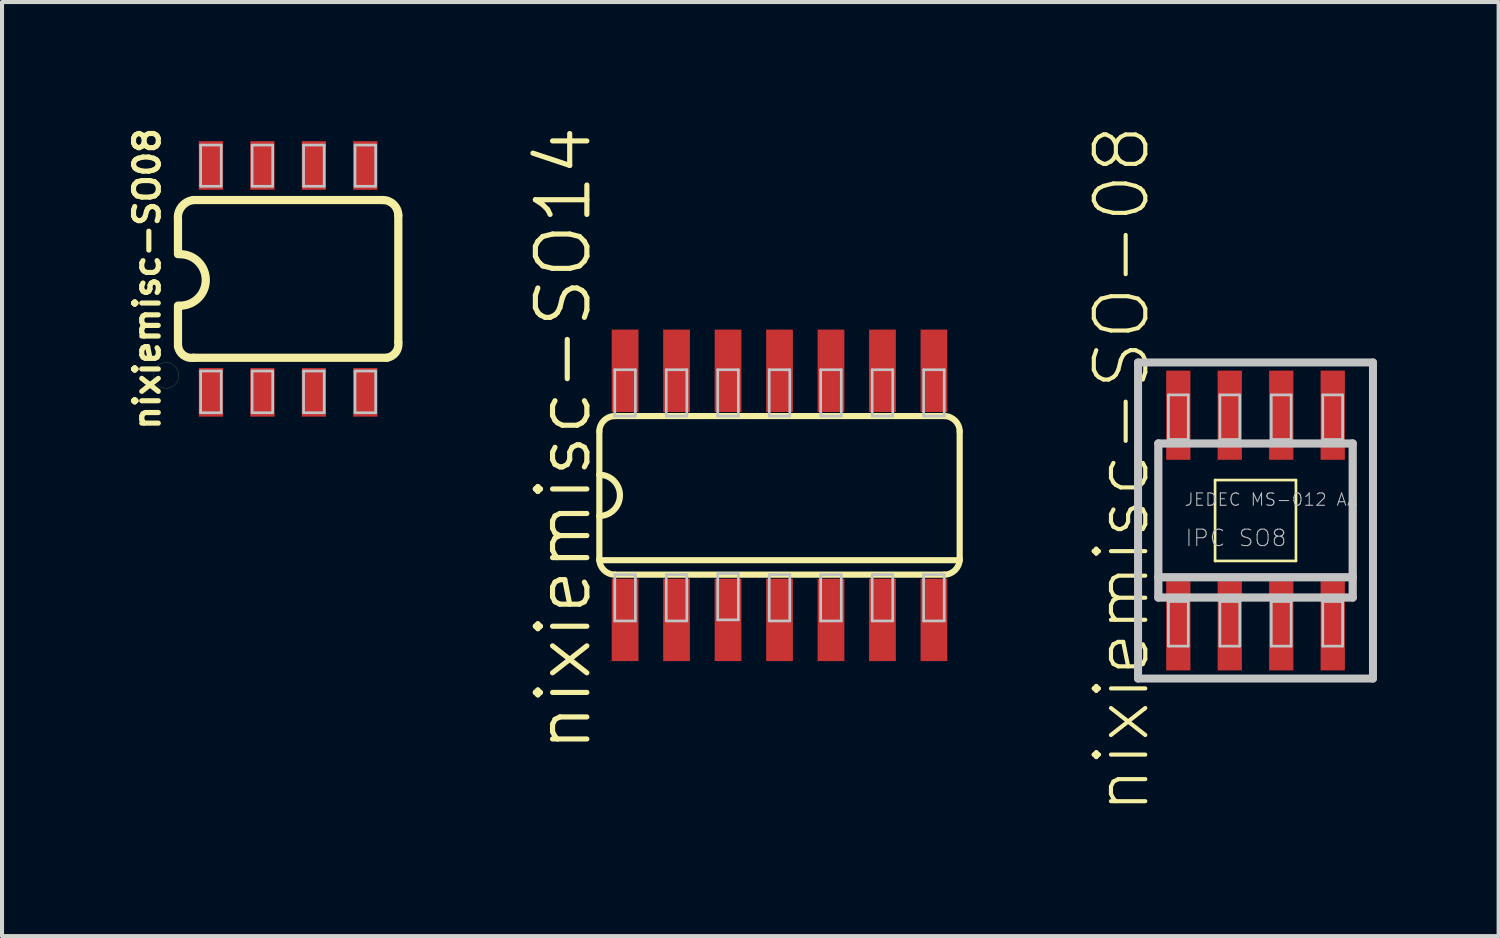
<source format=kicad_pcb>
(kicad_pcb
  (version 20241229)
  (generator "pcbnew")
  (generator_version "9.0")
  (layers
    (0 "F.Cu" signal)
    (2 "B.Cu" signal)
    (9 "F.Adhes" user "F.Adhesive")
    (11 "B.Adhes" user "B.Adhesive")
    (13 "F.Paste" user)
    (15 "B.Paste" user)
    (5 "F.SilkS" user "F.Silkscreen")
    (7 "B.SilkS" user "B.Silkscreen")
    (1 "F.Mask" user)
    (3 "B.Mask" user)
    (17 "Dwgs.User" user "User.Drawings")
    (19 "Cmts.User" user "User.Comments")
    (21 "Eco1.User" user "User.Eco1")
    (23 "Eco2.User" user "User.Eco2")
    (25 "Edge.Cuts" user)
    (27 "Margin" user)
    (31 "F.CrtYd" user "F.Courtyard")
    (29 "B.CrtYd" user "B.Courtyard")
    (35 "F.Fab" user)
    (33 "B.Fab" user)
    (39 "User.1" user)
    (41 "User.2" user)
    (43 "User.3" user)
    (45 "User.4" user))
  (footprint "nixiemisc-SO14"
    (layer "F.Cu")
    (at 16.182 9.171)
    (property "Reference" "nixiemisc-SO14" (at -5.334 -1.397 90) (unlocked yes) (layer "F.SilkS") (effects (font (size 1.27 1.27) (thickness 0.127))))
    (attr smd)
    (fp_line (start -4.445 -1.575) (end -4.445 -0.508) (stroke (width 0.152) (type solid)) (layer "F.SilkS"))
    (fp_line (start -4.445 -0.508) (end -4.445 0.508) (stroke (width 0.152) (type solid)) (layer "F.SilkS"))
    (fp_line (start -4.445 0.508) (end -4.445 1.575) (stroke (width 0.152) (type solid)) (layer "F.SilkS"))
    (fp_line (start -4.445 1.6) (end 4.445 1.6) (stroke (width 0.152) (type solid)) (layer "F.SilkS"))
    (fp_line (start -4.064 1.956) (end 4.064 1.956) (stroke (width 0.152) (type solid)) (layer "F.SilkS"))
    (fp_line (start 4.064 -1.956) (end -4.064 -1.956) (stroke (width 0.152) (type solid)) (layer "F.SilkS"))
    (fp_line (start 4.445 1.575) (end 4.445 -1.575) (stroke (width 0.152) (type solid)) (layer "F.SilkS"))
    (fp_arc (start -4.445 -1.5748) (mid -4.333408 -1.844208) (end -4.064 -1.9558) (stroke (width 0.1524) (type solid)) (layer "F.SilkS"))
    (fp_arc (start -4.445 -0.508) (mid -3.937 0) (end -4.445 0.508) (stroke (width 0.1524) (type solid)) (layer "F.SilkS"))
    (fp_arc (start -4.064 1.9558) (mid -4.333408 1.844208) (end -4.445 1.5748) (stroke (width 0.1524) (type solid)) (layer "F.SilkS"))
    (fp_arc (start 4.064 -1.9558) (mid 4.333408 -1.844208) (end 4.445 -1.5748) (stroke (width 0.1524) (type solid)) (layer "F.SilkS"))
    (fp_arc (start 4.445 1.5748) (mid 4.333408 1.844208) (end 4.064 1.9558) (stroke (width 0.1524) (type solid)) (layer "F.SilkS"))
    (fp_line (start -4.064 -3.099) (end -3.556 -3.099) (stroke (width 0.066) (type solid)) (layer "Dwgs.User"))
    (fp_line (start -4.064 -1.956) (end -4.064 -3.099) (stroke (width 0.066) (type solid)) (layer "Dwgs.User"))
    (fp_line (start -4.064 -1.956) (end -3.556 -1.956) (stroke (width 0.066) (type solid)) (layer "Dwgs.User"))
    (fp_line (start -4.064 1.956) (end -3.556 1.956) (stroke (width 0.066) (type solid)) (layer "Dwgs.User"))
    (fp_line (start -4.064 3.099) (end -4.064 1.956) (stroke (width 0.066) (type solid)) (layer "Dwgs.User"))
    (fp_line (start -4.064 3.099) (end -3.556 3.099) (stroke (width 0.066) (type solid)) (layer "Dwgs.User"))
    (fp_line (start -3.556 -1.956) (end -3.556 -3.099) (stroke (width 0.066) (type solid)) (layer "Dwgs.User"))
    (fp_line (start -3.556 3.099) (end -3.556 1.956) (stroke (width 0.066) (type solid)) (layer "Dwgs.User"))
    (fp_line (start -2.794 -3.099) (end -2.286 -3.099) (stroke (width 0.066) (type solid)) (layer "Dwgs.User"))
    (fp_line (start -2.794 -1.956) (end -2.794 -3.099) (stroke (width 0.066) (type solid)) (layer "Dwgs.User"))
    (fp_line (start -2.794 -1.956) (end -2.286 -1.956) (stroke (width 0.066) (type solid)) (layer "Dwgs.User"))
    (fp_line (start -2.794 1.956) (end -2.286 1.956) (stroke (width 0.066) (type solid)) (layer "Dwgs.User"))
    (fp_line (start -2.794 3.099) (end -2.794 1.956) (stroke (width 0.066) (type solid)) (layer "Dwgs.User"))
    (fp_line (start -2.794 3.099) (end -2.286 3.099) (stroke (width 0.066) (type solid)) (layer "Dwgs.User"))
    (fp_line (start -2.286 -1.956) (end -2.286 -3.099) (stroke (width 0.066) (type solid)) (layer "Dwgs.User"))
    (fp_line (start -2.286 3.099) (end -2.286 1.956) (stroke (width 0.066) (type solid)) (layer "Dwgs.User"))
    (fp_line (start -1.524 -3.099) (end -1.016 -3.099) (stroke (width 0.066) (type solid)) (layer "Dwgs.User"))
    (fp_line (start -1.524 -1.956) (end -1.524 -3.099) (stroke (width 0.066) (type solid)) (layer "Dwgs.User"))
    (fp_line (start -1.524 -1.956) (end -1.016 -1.956) (stroke (width 0.066) (type solid)) (layer "Dwgs.User"))
    (fp_line (start -1.524 1.93) (end -1.016 1.93) (stroke (width 0.066) (type solid)) (layer "Dwgs.User"))
    (fp_line (start -1.524 3.073) (end -1.524 1.93) (stroke (width 0.066) (type solid)) (layer "Dwgs.User"))
    (fp_line (start -1.524 3.073) (end -1.016 3.073) (stroke (width 0.066) (type solid)) (layer "Dwgs.User"))
    (fp_line (start -1.016 -1.956) (end -1.016 -3.099) (stroke (width 0.066) (type solid)) (layer "Dwgs.User"))
    (fp_line (start -1.016 3.073) (end -1.016 1.93) (stroke (width 0.066) (type solid)) (layer "Dwgs.User"))
    (fp_line (start -0.254 -3.099) (end 0.254 -3.099) (stroke (width 0.066) (type solid)) (layer "Dwgs.User"))
    (fp_line (start -0.254 -1.956) (end -0.254 -3.099) (stroke (width 0.066) (type solid)) (layer "Dwgs.User"))
    (fp_line (start -0.254 -1.956) (end 0.254 -1.956) (stroke (width 0.066) (type solid)) (layer "Dwgs.User"))
    (fp_line (start -0.254 1.956) (end 0.254 1.956) (stroke (width 0.066) (type solid)) (layer "Dwgs.User"))
    (fp_line (start -0.254 3.099) (end -0.254 1.956) (stroke (width 0.066) (type solid)) (layer "Dwgs.User"))
    (fp_line (start -0.254 3.099) (end 0.254 3.099) (stroke (width 0.066) (type solid)) (layer "Dwgs.User"))
    (fp_line (start 0.254 -1.956) (end 0.254 -3.099) (stroke (width 0.066) (type solid)) (layer "Dwgs.User"))
    (fp_line (start 0.254 3.099) (end 0.254 1.956) (stroke (width 0.066) (type solid)) (layer "Dwgs.User"))
    (fp_line (start 1.016 -3.099) (end 1.524 -3.099) (stroke (width 0.066) (type solid)) (layer "Dwgs.User"))
    (fp_line (start 1.016 -1.956) (end 1.016 -3.099) (stroke (width 0.066) (type solid)) (layer "Dwgs.User"))
    (fp_line (start 1.016 -1.956) (end 1.524 -1.956) (stroke (width 0.066) (type solid)) (layer "Dwgs.User"))
    (fp_line (start 1.016 1.956) (end 1.524 1.956) (stroke (width 0.066) (type solid)) (layer "Dwgs.User"))
    (fp_line (start 1.016 3.099) (end 1.016 1.956) (stroke (width 0.066) (type solid)) (layer "Dwgs.User"))
    (fp_line (start 1.016 3.099) (end 1.524 3.099) (stroke (width 0.066) (type solid)) (layer "Dwgs.User"))
    (fp_line (start 1.524 -1.956) (end 1.524 -3.099) (stroke (width 0.066) (type solid)) (layer "Dwgs.User"))
    (fp_line (start 1.524 3.099) (end 1.524 1.956) (stroke (width 0.066) (type solid)) (layer "Dwgs.User"))
    (fp_line (start 2.286 -3.099) (end 2.794 -3.099) (stroke (width 0.066) (type solid)) (layer "Dwgs.User"))
    (fp_line (start 2.286 -1.956) (end 2.286 -3.099) (stroke (width 0.066) (type solid)) (layer "Dwgs.User"))
    (fp_line (start 2.286 -1.956) (end 2.794 -1.956) (stroke (width 0.066) (type solid)) (layer "Dwgs.User"))
    (fp_line (start 2.286 1.956) (end 2.794 1.956) (stroke (width 0.066) (type solid)) (layer "Dwgs.User"))
    (fp_line (start 2.286 3.099) (end 2.286 1.956) (stroke (width 0.066) (type solid)) (layer "Dwgs.User"))
    (fp_line (start 2.286 3.099) (end 2.794 3.099) (stroke (width 0.066) (type solid)) (layer "Dwgs.User"))
    (fp_line (start 2.794 -1.956) (end 2.794 -3.099) (stroke (width 0.066) (type solid)) (layer "Dwgs.User"))
    (fp_line (start 2.794 3.099) (end 2.794 1.956) (stroke (width 0.066) (type solid)) (layer "Dwgs.User"))
    (fp_line (start 3.556 -3.099) (end 4.064 -3.099) (stroke (width 0.066) (type solid)) (layer "Dwgs.User"))
    (fp_line (start 3.556 -1.956) (end 3.556 -3.099) (stroke (width 0.066) (type solid)) (layer "Dwgs.User"))
    (fp_line (start 3.556 -1.956) (end 4.064 -1.956) (stroke (width 0.066) (type solid)) (layer "Dwgs.User"))
    (fp_line (start 3.556 1.956) (end 4.064 1.956) (stroke (width 0.066) (type solid)) (layer "Dwgs.User"))
    (fp_line (start 3.556 3.099) (end 3.556 1.956) (stroke (width 0.066) (type solid)) (layer "Dwgs.User"))
    (fp_line (start 3.556 3.099) (end 4.064 3.099) (stroke (width 0.066) (type solid)) (layer "Dwgs.User"))
    (fp_line (start 4.064 -1.956) (end 4.064 -3.099) (stroke (width 0.066) (type solid)) (layer "Dwgs.User"))
    (fp_line (start 4.064 3.099) (end 4.064 1.956) (stroke (width 0.066) (type solid)) (layer "Dwgs.User"))
    (pad "1" smd rect (at -3.81 3.073) (size 0.66 2.032) (layers "F.Cu" "F.Mask" "F.Paste"))
    (pad "2" smd rect (at -2.54 3.073) (size 0.66 2.032) (layers "F.Cu" "F.Mask" "F.Paste"))
    (pad "3" smd rect (at -1.27 3.073) (size 0.66 2.032) (layers "F.Cu" "F.Mask" "F.Paste"))
    (pad "4" smd rect (at 0 3.073) (size 0.66 2.032) (layers "F.Cu" "F.Mask" "F.Paste"))
    (pad "5" smd rect (at 1.27 3.073) (size 0.66 2.032) (layers "F.Cu" "F.Mask" "F.Paste"))
    (pad "6" smd rect (at 2.54 3.073) (size 0.66 2.032) (layers "F.Cu" "F.Mask" "F.Paste"))
    (pad "7" smd rect (at 3.81 3.073) (size 0.66 2.032) (layers "F.Cu" "F.Mask" "F.Paste"))
    (pad "8" smd rect (at 3.81 -3.073) (size 0.66 2.032) (layers "F.Cu" "F.Mask" "F.Paste"))
    (pad "9" smd rect (at 2.54 -3.073) (size 0.66 2.032) (layers "F.Cu" "F.Mask" "F.Paste"))
    (pad "10" smd rect (at 1.27 -3.073) (size 0.66 2.032) (layers "F.Cu" "F.Mask" "F.Paste"))
    (pad "11" smd rect (at 0 -3.073) (size 0.66 2.032) (layers "F.Cu" "F.Mask" "F.Paste"))
    (pad "12" smd rect (at -1.27 -3.073) (size 0.66 2.032) (layers "F.Cu" "F.Mask" "F.Paste"))
    (pad "13" smd rect (at -2.54 -3.073) (size 0.66 2.032) (layers "F.Cu" "F.Mask" "F.Paste"))
    (pad "14" smd rect (at -3.81 -3.073) (size 0.66 2.032) (layers "F.Cu" "F.Mask" "F.Paste")))
  (footprint "nixiemisc-SO-08"
    (layer "F.Cu")
    (at 27.926 9.792)
    (property "Reference" "nixiemisc-SO-08" (at -3.302 -1.27 90) (unlocked yes) (layer "F.SilkS") (effects (font (size 1.27 1.27) (thickness 0.102))))
    (attr smd)
    (fp_line (start -0.998 -0.998) (end 0.998 -0.998) (stroke (width 0.066) (type solid)) (layer "F.SilkS"))
    (fp_line (start -0.998 0.998) (end -0.998 -0.998) (stroke (width 0.066) (type solid)) (layer "F.SilkS"))
    (fp_line (start -0.998 0.998) (end 0.998 0.998) (stroke (width 0.066) (type solid)) (layer "F.SilkS"))
    (fp_line (start 0.998 0.998) (end 0.998 -0.998) (stroke (width 0.066) (type solid)) (layer "F.SilkS"))
    (fp_line (start -2.898 -3.899) (end 2.898 -3.899) (stroke (width 0.198) (type solid)) (layer "Dwgs.User"))
    (fp_line (start -2.898 3.899) (end -2.898 -3.899) (stroke (width 0.198) (type solid)) (layer "Dwgs.User"))
    (fp_line (start -2.398 -1.9) (end 2.398 -1.9) (stroke (width 0.203) (type solid)) (layer "Dwgs.User"))
    (fp_line (start -2.398 1.4) (end -2.398 -1.9) (stroke (width 0.203) (type solid)) (layer "Dwgs.User"))
    (fp_line (start -2.398 1.9) (end -2.398 1.4) (stroke (width 0.203) (type solid)) (layer "Dwgs.User"))
    (fp_line (start -2.149 -3.099) (end -1.659 -3.099) (stroke (width 0.066) (type solid)) (layer "Dwgs.User"))
    (fp_line (start -2.149 -1.999) (end -2.149 -3.099) (stroke (width 0.066) (type solid)) (layer "Dwgs.User"))
    (fp_line (start -2.149 -1.999) (end -1.659 -1.999) (stroke (width 0.066) (type solid)) (layer "Dwgs.User"))
    (fp_line (start -2.149 1.999) (end -1.659 1.999) (stroke (width 0.066) (type solid)) (layer "Dwgs.User"))
    (fp_line (start -2.149 3.099) (end -2.149 1.999) (stroke (width 0.066) (type solid)) (layer "Dwgs.User"))
    (fp_line (start -2.149 3.099) (end -1.659 3.099) (stroke (width 0.066) (type solid)) (layer "Dwgs.User"))
    (fp_line (start -1.659 -1.999) (end -1.659 -3.099) (stroke (width 0.066) (type solid)) (layer "Dwgs.User"))
    (fp_line (start -1.659 3.099) (end -1.659 1.999) (stroke (width 0.066) (type solid)) (layer "Dwgs.User"))
    (fp_line (start -0.879 -3.099) (end -0.389 -3.099) (stroke (width 0.066) (type solid)) (layer "Dwgs.User"))
    (fp_line (start -0.879 -1.999) (end -0.879 -3.099) (stroke (width 0.066) (type solid)) (layer "Dwgs.User"))
    (fp_line (start -0.879 -1.999) (end -0.389 -1.999) (stroke (width 0.066) (type solid)) (layer "Dwgs.User"))
    (fp_line (start -0.879 1.999) (end -0.389 1.999) (stroke (width 0.066) (type solid)) (layer "Dwgs.User"))
    (fp_line (start -0.879 3.099) (end -0.879 1.999) (stroke (width 0.066) (type solid)) (layer "Dwgs.User"))
    (fp_line (start -0.879 3.099) (end -0.389 3.099) (stroke (width 0.066) (type solid)) (layer "Dwgs.User"))
    (fp_line (start -0.389 -1.999) (end -0.389 -3.099) (stroke (width 0.066) (type solid)) (layer "Dwgs.User"))
    (fp_line (start -0.389 3.099) (end -0.389 1.999) (stroke (width 0.066) (type solid)) (layer "Dwgs.User"))
    (fp_line (start 0.389 -3.099) (end 0.879 -3.099) (stroke (width 0.066) (type solid)) (layer "Dwgs.User"))
    (fp_line (start 0.389 -1.999) (end 0.389 -3.099) (stroke (width 0.066) (type solid)) (layer "Dwgs.User"))
    (fp_line (start 0.389 -1.999) (end 0.879 -1.999) (stroke (width 0.066) (type solid)) (layer "Dwgs.User"))
    (fp_line (start 0.389 1.999) (end 0.879 1.999) (stroke (width 0.066) (type solid)) (layer "Dwgs.User"))
    (fp_line (start 0.389 3.099) (end 0.389 1.999) (stroke (width 0.066) (type solid)) (layer "Dwgs.User"))
    (fp_line (start 0.389 3.099) (end 0.879 3.099) (stroke (width 0.066) (type solid)) (layer "Dwgs.User"))
    (fp_line (start 0.879 -1.999) (end 0.879 -3.099) (stroke (width 0.066) (type solid)) (layer "Dwgs.User"))
    (fp_line (start 0.879 3.099) (end 0.879 1.999) (stroke (width 0.066) (type solid)) (layer "Dwgs.User"))
    (fp_line (start 1.659 -3.099) (end 2.149 -3.099) (stroke (width 0.066) (type solid)) (layer "Dwgs.User"))
    (fp_line (start 1.659 -1.999) (end 1.659 -3.099) (stroke (width 0.066) (type solid)) (layer "Dwgs.User"))
    (fp_line (start 1.659 -1.999) (end 2.149 -1.999) (stroke (width 0.066) (type solid)) (layer "Dwgs.User"))
    (fp_line (start 1.659 1.999) (end 2.149 1.999) (stroke (width 0.066) (type solid)) (layer "Dwgs.User"))
    (fp_line (start 1.659 3.099) (end 1.659 1.999) (stroke (width 0.066) (type solid)) (layer "Dwgs.User"))
    (fp_line (start 1.659 3.099) (end 2.149 3.099) (stroke (width 0.066) (type solid)) (layer "Dwgs.User"))
    (fp_line (start 2.149 -1.999) (end 2.149 -3.099) (stroke (width 0.066) (type solid)) (layer "Dwgs.User"))
    (fp_line (start 2.149 3.099) (end 2.149 1.999) (stroke (width 0.066) (type solid)) (layer "Dwgs.User"))
    (fp_line (start 2.398 -1.9) (end 2.398 1.4) (stroke (width 0.203) (type solid)) (layer "Dwgs.User"))
    (fp_line (start 2.398 1.4) (end -2.398 1.4) (stroke (width 0.203) (type solid)) (layer "Dwgs.User"))
    (fp_line (start 2.398 1.4) (end 2.398 1.9) (stroke (width 0.203) (type solid)) (layer "Dwgs.User"))
    (fp_line (start 2.398 1.9) (end -2.398 1.9) (stroke (width 0.203) (type solid)) (layer "Dwgs.User"))
    (fp_line (start 2.898 -3.899) (end 2.898 3.899) (stroke (width 0.198) (type solid)) (layer "Dwgs.User"))
    (fp_line (start 2.898 3.899) (end -2.898 3.899) (stroke (width 0.198) (type solid)) (layer "Dwgs.User"))
    (fp_text user "JEDEC MS-012 AA" (at 0.381 -0.516 0) (layer "Dwgs.User") (effects (font (size 0.305 0.305) (thickness 0.025))))
    (fp_text user "IPC SO8" (at -0.483 0.432 0) (layer "Dwgs.User") (effects (font (size 0.406 0.406) (thickness 0.025))))
    (pad "1" smd rect (at -1.905 2.598) (size 0.599 2.2) (layers "F.Cu" "F.Mask" "F.Paste"))
    (pad "2" smd rect (at -0.635 2.598) (size 0.599 2.2) (layers "F.Cu" "F.Mask" "F.Paste"))
    (pad "3" smd rect (at 0.635 2.598) (size 0.599 2.2) (layers "F.Cu" "F.Mask" "F.Paste"))
    (pad "4" smd rect (at 1.905 2.598) (size 0.599 2.2) (layers "F.Cu" "F.Mask" "F.Paste"))
    (pad "5" smd rect (at 1.905 -2.598) (size 0.599 2.2) (layers "F.Cu" "F.Mask" "F.Paste"))
    (pad "6" smd rect (at 0.635 -2.598) (size 0.599 2.2) (layers "F.Cu" "F.Mask" "F.Paste"))
    (pad "7" smd rect (at -0.635 -2.598) (size 0.599 2.2) (layers "F.Cu" "F.Mask" "F.Paste"))
    (pad "8" smd rect (at -1.905 -2.598) (size 0.599 2.2) (layers "F.Cu" "F.Mask" "F.Paste")))
  (footprint "nixiemisc-SO08"
    (layer "F.Cu")
    (at 4.059 3.831)
    (property "Reference" "nixiemisc-SO08" (at -3.48 0 90) (unlocked yes) (layer "F.SilkS") (effects (font (size 0.61 0.61) (thickness 0.127))))
    (attr smd)
    (fp_line (start -2.718 -1.45) (end -2.718 -0.61) (stroke (width 0.203) (type solid)) (layer "F.SilkS"))
    (fp_line (start -2.718 1.664) (end -2.718 0.66) (stroke (width 0.203) (type solid)) (layer "F.SilkS"))
    (fp_line (start -2.337 1.946) (end 2.436 1.946) (stroke (width 0.203) (type solid)) (layer "F.SilkS"))
    (fp_line (start 2.337 -1.946) (end -2.337 -1.946) (stroke (width 0.203) (type solid)) (layer "F.SilkS"))
    (fp_line (start 2.718 1.565) (end 2.718 -1.565) (stroke (width 0.203) (type solid)) (layer "F.SilkS"))
    (fp_arc (start -2.7178 -1.46304) (mid -2.62725 -1.783248) (end -2.3368 -1.94564) (stroke (width 0.2032) (type solid)) (layer "F.SilkS"))
    (fp_arc (start -2.667 -0.6096) (mid -2.032 0.0254) (end -2.667 0.6604) (stroke (width 0.2032) (type solid)) (layer "F.SilkS"))
    (fp_arc (start -2.3368 1.94564) (mid -2.584422 1.883052) (end -2.71526 1.6637) (stroke (width 0.2032) (type solid)) (layer "F.SilkS"))
    (fp_arc (start 2.3368 -1.94564) (mid 2.606208 -1.834048) (end 2.7178 -1.56464) (stroke (width 0.2032) (type solid)) (layer "F.SilkS"))
    (fp_arc (start 2.7178 1.56464) (mid 2.654468 1.814058) (end 2.43332 1.94564) (stroke (width 0.2032) (type solid)) (layer "F.SilkS"))
    (fp_poly (pts (xy -2.697 2.38) (xy -2.705 2.309) (xy -2.728 2.243) (xy -2.766 2.182) (xy -2.817 2.131) (xy -2.878 2.093) (xy -2.944 2.07) (xy -3.015 2.062) (xy -3.086 2.07) (xy -3.152 2.093) (xy -3.213 2.131) (xy -3.264 2.182) (xy -3.302 2.243) (xy -3.325 2.309) (xy -3.332 2.38) (xy -3.325 2.451) (xy -3.302 2.517) (xy -3.264 2.578) (xy -3.213 2.629) (xy -3.152 2.667) (xy -3.086 2.69) (xy -3.015 2.697) (xy -2.944 2.69) (xy -2.878 2.667) (xy -2.817 2.629) (xy -2.766 2.578) (xy -2.728 2.517) (xy -2.705 2.451) (xy -2.697 2.38)) (stroke (width 0.003) (type solid)) (fill no) (layer "F.SilkS"))
    (fp_line (start -2.159 -3.302) (end -1.651 -3.302) (stroke (width 0.066) (type solid)) (layer "Dwgs.User"))
    (fp_line (start -2.159 -2.286) (end -2.159 -3.302) (stroke (width 0.066) (type solid)) (layer "Dwgs.User"))
    (fp_line (start -2.159 -2.286) (end -1.651 -2.286) (stroke (width 0.066) (type solid)) (layer "Dwgs.User"))
    (fp_line (start -2.159 2.273) (end -1.651 2.273) (stroke (width 0.066) (type solid)) (layer "Dwgs.User"))
    (fp_line (start -2.159 3.302) (end -2.159 2.273) (stroke (width 0.066) (type solid)) (layer "Dwgs.User"))
    (fp_line (start -2.159 3.302) (end -1.651 3.302) (stroke (width 0.066) (type solid)) (layer "Dwgs.User"))
    (fp_line (start -1.651 -2.286) (end -1.651 -3.302) (stroke (width 0.066) (type solid)) (layer "Dwgs.User"))
    (fp_line (start -1.651 3.302) (end -1.651 2.273) (stroke (width 0.066) (type solid)) (layer "Dwgs.User"))
    (fp_line (start -0.889 -3.302) (end -0.381 -3.302) (stroke (width 0.066) (type solid)) (layer "Dwgs.User"))
    (fp_line (start -0.889 -2.286) (end -0.889 -3.302) (stroke (width 0.066) (type solid)) (layer "Dwgs.User"))
    (fp_line (start -0.889 -2.286) (end -0.381 -2.286) (stroke (width 0.066) (type solid)) (layer "Dwgs.User"))
    (fp_line (start -0.889 2.273) (end -0.381 2.273) (stroke (width 0.066) (type solid)) (layer "Dwgs.User"))
    (fp_line (start -0.889 3.302) (end -0.889 2.273) (stroke (width 0.066) (type solid)) (layer "Dwgs.User"))
    (fp_line (start -0.889 3.302) (end -0.381 3.302) (stroke (width 0.066) (type solid)) (layer "Dwgs.User"))
    (fp_line (start -0.381 -2.286) (end -0.381 -3.302) (stroke (width 0.066) (type solid)) (layer "Dwgs.User"))
    (fp_line (start -0.381 3.302) (end -0.381 2.273) (stroke (width 0.066) (type solid)) (layer "Dwgs.User"))
    (fp_line (start 0.381 -3.302) (end 0.889 -3.302) (stroke (width 0.066) (type solid)) (layer "Dwgs.User"))
    (fp_line (start 0.381 -2.286) (end 0.381 -3.302) (stroke (width 0.066) (type solid)) (layer "Dwgs.User"))
    (fp_line (start 0.381 -2.286) (end 0.889 -2.286) (stroke (width 0.066) (type solid)) (layer "Dwgs.User"))
    (fp_line (start 0.381 2.273) (end 0.889 2.273) (stroke (width 0.066) (type solid)) (layer "Dwgs.User"))
    (fp_line (start 0.381 3.302) (end 0.381 2.273) (stroke (width 0.066) (type solid)) (layer "Dwgs.User"))
    (fp_line (start 0.381 3.302) (end 0.889 3.302) (stroke (width 0.066) (type solid)) (layer "Dwgs.User"))
    (fp_line (start 0.889 -2.286) (end 0.889 -3.302) (stroke (width 0.066) (type solid)) (layer "Dwgs.User"))
    (fp_line (start 0.889 3.302) (end 0.889 2.273) (stroke (width 0.066) (type solid)) (layer "Dwgs.User"))
    (fp_line (start 1.651 -3.302) (end 2.159 -3.302) (stroke (width 0.066) (type solid)) (layer "Dwgs.User"))
    (fp_line (start 1.651 -2.286) (end 1.651 -3.302) (stroke (width 0.066) (type solid)) (layer "Dwgs.User"))
    (fp_line (start 1.651 -2.286) (end 2.159 -2.286) (stroke (width 0.066) (type solid)) (layer "Dwgs.User"))
    (fp_line (start 1.651 2.273) (end 2.159 2.273) (stroke (width 0.066) (type solid)) (layer "Dwgs.User"))
    (fp_line (start 1.651 3.302) (end 1.651 2.273) (stroke (width 0.066) (type solid)) (layer "Dwgs.User"))
    (fp_line (start 1.651 3.302) (end 2.159 3.302) (stroke (width 0.066) (type solid)) (layer "Dwgs.User"))
    (fp_line (start 2.159 -2.286) (end 2.159 -3.302) (stroke (width 0.066) (type solid)) (layer "Dwgs.User"))
    (fp_line (start 2.159 3.302) (end 2.159 2.273) (stroke (width 0.066) (type solid)) (layer "Dwgs.User"))
    (pad "1" smd rect (at -1.905 2.799) (size 0.599 1.199) (layers "F.Cu" "F.Mask" "F.Paste"))
    (pad "2" smd rect (at -0.635 2.799) (size 0.599 1.199) (layers "F.Cu" "F.Mask" "F.Paste"))
    (pad "3" smd rect (at 0.635 2.799) (size 0.599 1.199) (layers "F.Cu" "F.Mask" "F.Paste"))
    (pad "4" smd rect (at 1.905 2.799) (size 0.599 1.199) (layers "F.Cu" "F.Mask" "F.Paste"))
    (pad "5" smd rect (at 1.905 -2.799) (size 0.599 1.199) (layers "F.Cu" "F.Mask" "F.Paste"))
    (pad "6" smd rect (at 0.635 -2.799) (size 0.599 1.199) (layers "F.Cu" "F.Mask" "F.Paste"))
    (pad "7" smd rect (at -0.635 -2.799) (size 0.599 1.199) (layers "F.Cu" "F.Mask" "F.Paste"))
    (pad "8" smd rect (at -1.905 -2.799) (size 0.599 1.199) (layers "F.Cu" "F.Mask" "F.Paste")))
  (gr_rect
    (start -3 -3)
    (end 33.924 20.045)
    (stroke (width 0.1) (type default))
    (fill no)
    (layer "Edge.Cuts")))
</source>
